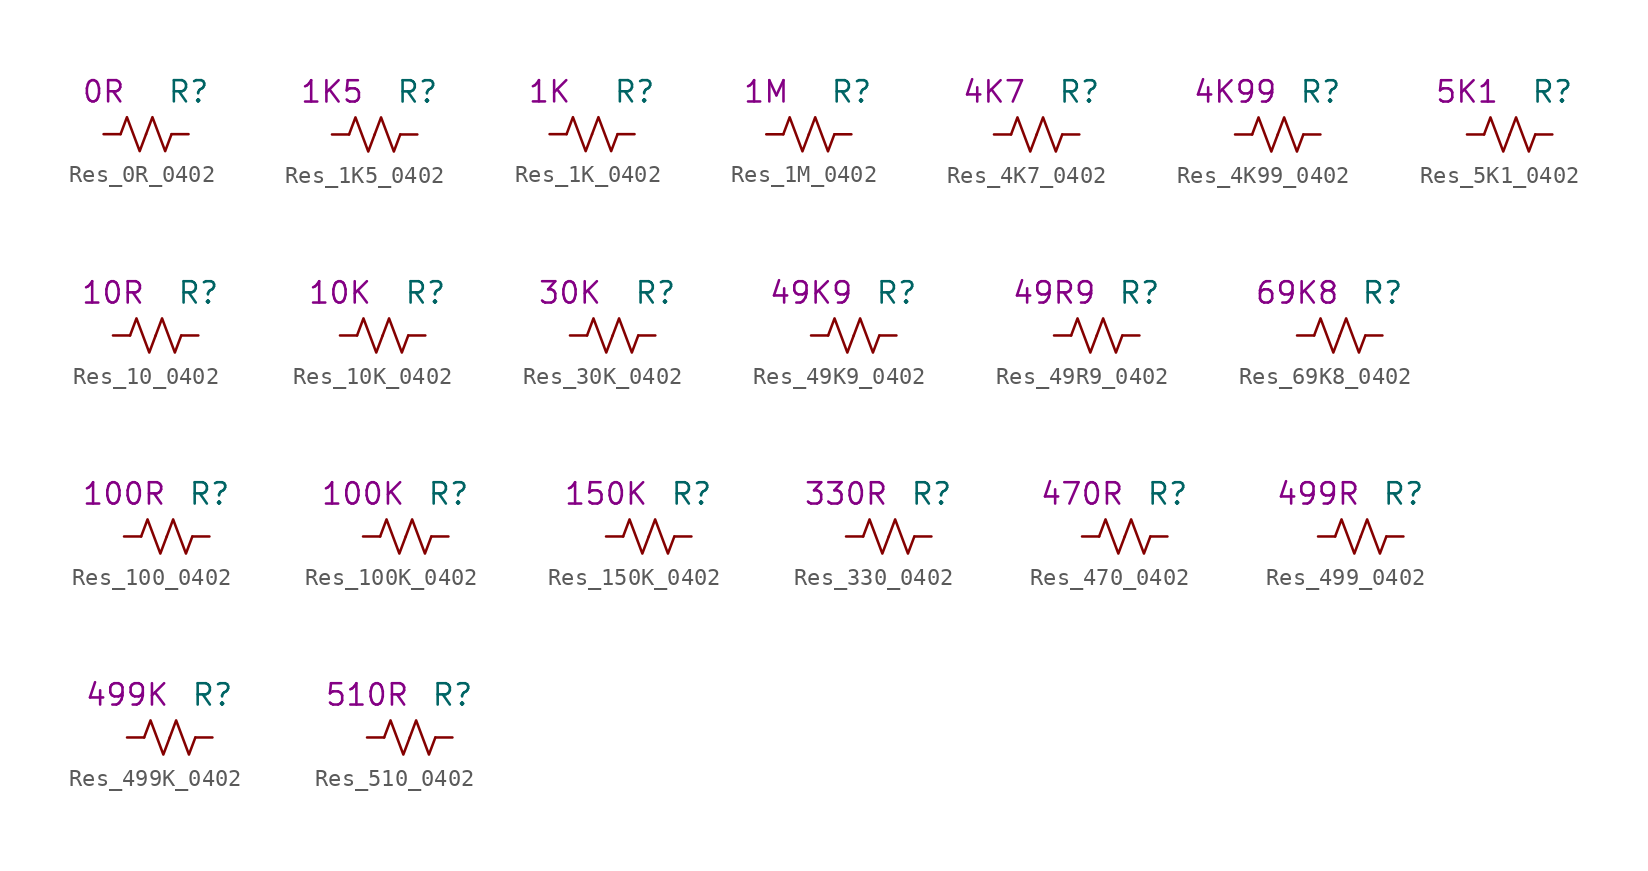
<source format=kicad_sym>
(kicad_symbol_lib
  (version 20211014)
  (generator kicad_symbol_editor)
  (symbol "Res_0R_0402"
    (pin_numbers hide)
    (pin_names
      (offset 0) hide)
    (property "Reference" "R"
      (at 5.08 2.54 0)
      (effects (font (size 1.27 1.27))))
    (property "Property" "0R"
      (at 0 2.54 0)
      (effects (font (size 1.27 1.27))))
    (symbol "Res_0R_0402_1_1"
      (polyline (pts (xy 2.54 0) (xy 2.159 -1.016) (xy 1.778 0) (xy 1.397 1.016) (xy 1.016 0)) (stroke (width 0) (type default) (color 0 0 0 0)) (fill (type none)))
      (polyline (pts (xy 4.064 0) (xy 3.683 -1.016) (xy 3.302 0) (xy 2.921 1.016) (xy 2.54 0)) (stroke (width 0) (type default) (color 0 0 0 0)) (fill (type none)))
      (pin passive line (at 0 0 0) (length 1.016) (name "~" (effects (font (size 1.27 1.27)))) (number "1" (effects (font (size 1.27 1.27)))))
      (pin passive line (at 5.08 0 180) (length 1.016) (name "~" (effects (font (size 1.27 1.27)))) (number "2" (effects (font (size 1.27 1.27)))))))
  (symbol "Res_1K5_0402"
    (pin_numbers hide)
    (pin_names
      (offset 0) hide)
    (property "Reference" "R"
      (at 5.08 2.54 0)
      (effects (font (size 1.27 1.27))))
    (property "Property" "1K5"
      (at 0 2.54 0)
      (effects (font (size 1.27 1.27))))
    (symbol "Res_1K5_0402_1_1"
      (polyline (pts (xy 2.54 0) (xy 2.159 -1.016) (xy 1.778 0) (xy 1.397 1.016) (xy 1.016 0)) (stroke (width 0) (type default) (color 0 0 0 0)) (fill (type none)))
      (polyline (pts (xy 4.064 0) (xy 3.683 -1.016) (xy 3.302 0) (xy 2.921 1.016) (xy 2.54 0)) (stroke (width 0) (type default) (color 0 0 0 0)) (fill (type none)))
      (pin passive line (at 0 0 0) (length 1.016) (name "~" (effects (font (size 1.27 1.27)))) (number "1" (effects (font (size 1.27 1.27)))))
      (pin passive line (at 5.08 0 180) (length 1.016) (name "~" (effects (font (size 1.27 1.27)))) (number "2" (effects (font (size 1.27 1.27)))))))
  (symbol "Res_1K_0402"
    (pin_numbers hide)
    (pin_names
      (offset 0) hide)
    (property "Reference" "R"
      (at 5.08 2.54 0)
      (effects (font (size 1.27 1.27))))
    (property "Property" "1K"
      (at 0 2.54 0)
      (effects (font (size 1.27 1.27))))
    (symbol "Res_1K_0402_1_1"
      (polyline (pts (xy 2.54 0) (xy 2.159 -1.016) (xy 1.778 0) (xy 1.397 1.016) (xy 1.016 0)) (stroke (width 0) (type default) (color 0 0 0 0)) (fill (type none)))
      (polyline (pts (xy 4.064 0) (xy 3.683 -1.016) (xy 3.302 0) (xy 2.921 1.016) (xy 2.54 0)) (stroke (width 0) (type default) (color 0 0 0 0)) (fill (type none)))
      (pin passive line (at 0 0 0) (length 1.016) (name "~" (effects (font (size 1.27 1.27)))) (number "1" (effects (font (size 1.27 1.27)))))
      (pin passive line (at 5.08 0 180) (length 1.016) (name "~" (effects (font (size 1.27 1.27)))) (number "2" (effects (font (size 1.27 1.27)))))))
  (symbol "Res_1M_0402"
    (pin_numbers hide)
    (pin_names
      (offset 0) hide)
    (property "Reference" "R"
      (at 5.08 2.54 0)
      (effects (font (size 1.27 1.27))))
    (property "Property" "1M"
      (at 0 2.54 0)
      (effects (font (size 1.27 1.27))))
    (symbol "Res_1M_0402_1_1"
      (polyline (pts (xy 2.54 0) (xy 2.159 -1.016) (xy 1.778 0) (xy 1.397 1.016) (xy 1.016 0)) (stroke (width 0) (type default) (color 0 0 0 0)) (fill (type none)))
      (polyline (pts (xy 4.064 0) (xy 3.683 -1.016) (xy 3.302 0) (xy 2.921 1.016) (xy 2.54 0)) (stroke (width 0) (type default) (color 0 0 0 0)) (fill (type none)))
      (pin passive line (at 0 0 0) (length 1.016) (name "~" (effects (font (size 1.27 1.27)))) (number "1" (effects (font (size 1.27 1.27)))))
      (pin passive line (at 5.08 0 180) (length 1.016) (name "~" (effects (font (size 1.27 1.27)))) (number "2" (effects (font (size 1.27 1.27)))))))
  (symbol "Res_4K7_0402"
    (pin_numbers hide)
    (pin_names
      (offset 0) hide)
    (property "Reference" "R"
      (at 5.08 2.54 0)
      (effects (font (size 1.27 1.27))))
    (property "Property" "4K7"
      (at 0 2.54 0)
      (effects (font (size 1.27 1.27))))
    (symbol "Res_4K7_0402_1_1"
      (polyline (pts (xy 2.54 0) (xy 2.159 -1.016) (xy 1.778 0) (xy 1.397 1.016) (xy 1.016 0)) (stroke (width 0) (type default) (color 0 0 0 0)) (fill (type none)))
      (polyline (pts (xy 4.064 0) (xy 3.683 -1.016) (xy 3.302 0) (xy 2.921 1.016) (xy 2.54 0)) (stroke (width 0) (type default) (color 0 0 0 0)) (fill (type none)))
      (pin passive line (at 0 0 0) (length 1.016) (name "~" (effects (font (size 1.27 1.27)))) (number "1" (effects (font (size 1.27 1.27)))))
      (pin passive line (at 5.08 0 180) (length 1.016) (name "~" (effects (font (size 1.27 1.27)))) (number "2" (effects (font (size 1.27 1.27)))))))
  (symbol "Res_4K99_0402"
    (pin_numbers hide)
    (pin_names
      (offset 0) hide)
    (property "Reference" "R"
      (at 5.08 2.54 0)
      (effects (font (size 1.27 1.27))))
    (property "Property" "4K99"
      (at 0 2.54 0)
      (effects (font (size 1.27 1.27))))
    (symbol "Res_4K99_0402_1_1"
      (polyline (pts (xy 2.54 0) (xy 2.159 -1.016) (xy 1.778 0) (xy 1.397 1.016) (xy 1.016 0)) (stroke (width 0) (type default) (color 0 0 0 0)) (fill (type none)))
      (polyline (pts (xy 4.064 0) (xy 3.683 -1.016) (xy 3.302 0) (xy 2.921 1.016) (xy 2.54 0)) (stroke (width 0) (type default) (color 0 0 0 0)) (fill (type none)))
      (pin passive line (at 0 0 0) (length 1.016) (name "~" (effects (font (size 1.27 1.27)))) (number "1" (effects (font (size 1.27 1.27)))))
      (pin passive line (at 5.08 0 180) (length 1.016) (name "~" (effects (font (size 1.27 1.27)))) (number "2" (effects (font (size 1.27 1.27)))))))
  (symbol "Res_5K1_0402"
    (pin_numbers hide)
    (pin_names
      (offset 0) hide)
    (property "Reference" "R"
      (at 5.08 2.54 0)
      (effects (font (size 1.27 1.27))))
    (property "Property" "5K1"
      (at 0 2.54 0)
      (effects (font (size 1.27 1.27))))
    (symbol "Res_5K1_0402_1_1"
      (polyline (pts (xy 2.54 0) (xy 2.159 -1.016) (xy 1.778 0) (xy 1.397 1.016) (xy 1.016 0)) (stroke (width 0) (type default) (color 0 0 0 0)) (fill (type none)))
      (polyline (pts (xy 4.064 0) (xy 3.683 -1.016) (xy 3.302 0) (xy 2.921 1.016) (xy 2.54 0)) (stroke (width 0) (type default) (color 0 0 0 0)) (fill (type none)))
      (pin passive line (at 0 0 0) (length 1.016) (name "~" (effects (font (size 1.27 1.27)))) (number "1" (effects (font (size 1.27 1.27)))))
      (pin passive line (at 5.08 0 180) (length 1.016) (name "~" (effects (font (size 1.27 1.27)))) (number "2" (effects (font (size 1.27 1.27)))))))
  (symbol "Res_10_0402"
    (pin_numbers hide)
    (pin_names
      (offset 0) hide)
    (property "Reference" "R"
      (at 5.08 2.54 0)
      (effects (font (size 1.27 1.27))))
    (property "Property" "10R"
      (at 0 2.54 0)
      (effects (font (size 1.27 1.27))))
    (symbol "Res_10_0402_1_1"
      (polyline (pts (xy 2.54 0) (xy 2.159 -1.016) (xy 1.778 0) (xy 1.397 1.016) (xy 1.016 0)) (stroke (width 0) (type default) (color 0 0 0 0)) (fill (type none)))
      (polyline (pts (xy 4.064 0) (xy 3.683 -1.016) (xy 3.302 0) (xy 2.921 1.016) (xy 2.54 0)) (stroke (width 0) (type default) (color 0 0 0 0)) (fill (type none)))
      (pin passive line (at 0 0 0) (length 1.016) (name "~" (effects (font (size 1.27 1.27)))) (number "1" (effects (font (size 1.27 1.27)))))
      (pin passive line (at 5.08 0 180) (length 1.016) (name "~" (effects (font (size 1.27 1.27)))) (number "2" (effects (font (size 1.27 1.27)))))))
  (symbol "Res_10K_0402"
    (pin_numbers hide)
    (pin_names
      (offset 0) hide)
    (property "Reference" "R"
      (at 5.08 2.54 0)
      (effects (font (size 1.27 1.27))))
    (property "Property" "10K"
      (at 0 2.54 0)
      (effects (font (size 1.27 1.27))))
    (symbol "Res_10K_0402_1_1"
      (polyline (pts (xy 2.54 0) (xy 2.159 -1.016) (xy 1.778 0) (xy 1.397 1.016) (xy 1.016 0)) (stroke (width 0) (type default) (color 0 0 0 0)) (fill (type none)))
      (polyline (pts (xy 4.064 0) (xy 3.683 -1.016) (xy 3.302 0) (xy 2.921 1.016) (xy 2.54 0)) (stroke (width 0) (type default) (color 0 0 0 0)) (fill (type none)))
      (pin passive line (at 0 0 0) (length 1.016) (name "~" (effects (font (size 1.27 1.27)))) (number "1" (effects (font (size 1.27 1.27)))))
      (pin passive line (at 5.08 0 180) (length 1.016) (name "~" (effects (font (size 1.27 1.27)))) (number "2" (effects (font (size 1.27 1.27)))))))
  (symbol "Res_30K_0402"
    (pin_numbers hide)
    (pin_names
      (offset 0) hide)
    (property "Reference" "R"
      (at 5.08 2.54 0)
      (effects (font (size 1.27 1.27))))
    (property "Property" "30K"
      (at 0 2.54 0)
      (effects (font (size 1.27 1.27))))
    (symbol "Res_30K_0402_1_1"
      (polyline (pts (xy 2.54 0) (xy 2.159 -1.016) (xy 1.778 0) (xy 1.397 1.016) (xy 1.016 0)) (stroke (width 0) (type default) (color 0 0 0 0)) (fill (type none)))
      (polyline (pts (xy 4.064 0) (xy 3.683 -1.016) (xy 3.302 0) (xy 2.921 1.016) (xy 2.54 0)) (stroke (width 0) (type default) (color 0 0 0 0)) (fill (type none)))
      (pin passive line (at 0 0 0) (length 1.016) (name "~" (effects (font (size 1.27 1.27)))) (number "1" (effects (font (size 1.27 1.27)))))
      (pin passive line (at 5.08 0 180) (length 1.016) (name "~" (effects (font (size 1.27 1.27)))) (number "2" (effects (font (size 1.27 1.27)))))))
  (symbol "Res_49K9_0402"
    (pin_numbers hide)
    (pin_names
      (offset 0) hide)
    (property "Reference" "R"
      (at 5.08 2.54 0)
      (effects (font (size 1.27 1.27))))
    (property "Property" "49K9"
      (at 0 2.54 0)
      (effects (font (size 1.27 1.27))))
    (symbol "Res_49K9_0402_1_1"
      (polyline (pts (xy 2.54 0) (xy 2.159 -1.016) (xy 1.778 0) (xy 1.397 1.016) (xy 1.016 0)) (stroke (width 0) (type default) (color 0 0 0 0)) (fill (type none)))
      (polyline (pts (xy 4.064 0) (xy 3.683 -1.016) (xy 3.302 0) (xy 2.921 1.016) (xy 2.54 0)) (stroke (width 0) (type default) (color 0 0 0 0)) (fill (type none)))
      (pin passive line (at 0 0 0) (length 1.016) (name "~" (effects (font (size 1.27 1.27)))) (number "1" (effects (font (size 1.27 1.27)))))
      (pin passive line (at 5.08 0 180) (length 1.016) (name "~" (effects (font (size 1.27 1.27)))) (number "2" (effects (font (size 1.27 1.27)))))))
  (symbol "Res_49R9_0402"
    (pin_numbers hide)
    (pin_names
      (offset 0) hide)
    (property "Reference" "R"
      (at 5.08 2.54 0)
      (effects (font (size 1.27 1.27))))
    (property "Property" "49R9"
      (at 0 2.54 0)
      (effects (font (size 1.27 1.27))))
    (symbol "Res_49R9_0402_1_1"
      (polyline (pts (xy 2.54 0) (xy 2.159 -1.016) (xy 1.778 0) (xy 1.397 1.016) (xy 1.016 0)) (stroke (width 0) (type default) (color 0 0 0 0)) (fill (type none)))
      (polyline (pts (xy 4.064 0) (xy 3.683 -1.016) (xy 3.302 0) (xy 2.921 1.016) (xy 2.54 0)) (stroke (width 0) (type default) (color 0 0 0 0)) (fill (type none)))
      (pin passive line (at 0 0 0) (length 1.016) (name "~" (effects (font (size 1.27 1.27)))) (number "1" (effects (font (size 1.27 1.27)))))
      (pin passive line (at 5.08 0 180) (length 1.016) (name "~" (effects (font (size 1.27 1.27)))) (number "2" (effects (font (size 1.27 1.27)))))))
  (symbol "Res_69K8_0402"
    (pin_numbers hide)
    (pin_names
      (offset 0) hide)
    (property "Reference" "R"
      (at 5.08 2.54 0)
      (effects (font (size 1.27 1.27))))
    (property "Property" "69K8"
      (at 0 2.54 0)
      (effects (font (size 1.27 1.27))))
    (symbol "Res_69K8_0402_1_1"
      (polyline (pts (xy 2.54 0) (xy 2.159 -1.016) (xy 1.778 0) (xy 1.397 1.016) (xy 1.016 0)) (stroke (width 0) (type default) (color 0 0 0 0)) (fill (type none)))
      (polyline (pts (xy 4.064 0) (xy 3.683 -1.016) (xy 3.302 0) (xy 2.921 1.016) (xy 2.54 0)) (stroke (width 0) (type default) (color 0 0 0 0)) (fill (type none)))
      (pin passive line (at 0 0 0) (length 1.016) (name "~" (effects (font (size 1.27 1.27)))) (number "1" (effects (font (size 1.27 1.27)))))
      (pin passive line (at 5.08 0 180) (length 1.016) (name "~" (effects (font (size 1.27 1.27)))) (number "2" (effects (font (size 1.27 1.27)))))))
  (symbol "Res_100_0402"
    (pin_numbers hide)
    (pin_names
      (offset 0) hide)
    (property "Reference" "R"
      (at 5.08 2.54 0)
      (effects (font (size 1.27 1.27))))
    (property "Property" "100R"
      (at 0 2.54 0)
      (effects (font (size 1.27 1.27))))
    (symbol "Res_100_0402_1_1"
      (polyline (pts (xy 2.54 0) (xy 2.159 -1.016) (xy 1.778 0) (xy 1.397 1.016) (xy 1.016 0)) (stroke (width 0) (type default) (color 0 0 0 0)) (fill (type none)))
      (polyline (pts (xy 4.064 0) (xy 3.683 -1.016) (xy 3.302 0) (xy 2.921 1.016) (xy 2.54 0)) (stroke (width 0) (type default) (color 0 0 0 0)) (fill (type none)))
      (pin passive line (at 0 0 0) (length 1.016) (name "~" (effects (font (size 1.27 1.27)))) (number "1" (effects (font (size 1.27 1.27)))))
      (pin passive line (at 5.08 0 180) (length 1.016) (name "~" (effects (font (size 1.27 1.27)))) (number "2" (effects (font (size 1.27 1.27)))))))
  (symbol "Res_100K_0402"
    (pin_numbers hide)
    (pin_names
      (offset 0) hide)
    (property "Reference" "R"
      (at 5.08 2.54 0)
      (effects (font (size 1.27 1.27))))
    (property "Property" "100K"
      (at 0 2.54 0)
      (effects (font (size 1.27 1.27))))
    (symbol "Res_100K_0402_1_1"
      (polyline (pts (xy 2.54 0) (xy 2.159 -1.016) (xy 1.778 0) (xy 1.397 1.016) (xy 1.016 0)) (stroke (width 0) (type default) (color 0 0 0 0)) (fill (type none)))
      (polyline (pts (xy 4.064 0) (xy 3.683 -1.016) (xy 3.302 0) (xy 2.921 1.016) (xy 2.54 0)) (stroke (width 0) (type default) (color 0 0 0 0)) (fill (type none)))
      (pin passive line (at 0 0 0) (length 1.016) (name "~" (effects (font (size 1.27 1.27)))) (number "1" (effects (font (size 1.27 1.27)))))
      (pin passive line (at 5.08 0 180) (length 1.016) (name "~" (effects (font (size 1.27 1.27)))) (number "2" (effects (font (size 1.27 1.27)))))))
  (symbol "Res_150K_0402"
    (pin_numbers hide)
    (pin_names
      (offset 0) hide)
    (property "Reference" "R"
      (at 5.08 2.54 0)
      (effects (font (size 1.27 1.27))))
    (property "Property" "150K"
      (at 0 2.54 0)
      (effects (font (size 1.27 1.27))))
    (symbol "Res_150K_0402_1_1"
      (polyline (pts (xy 2.54 0) (xy 2.159 -1.016) (xy 1.778 0) (xy 1.397 1.016) (xy 1.016 0)) (stroke (width 0) (type default) (color 0 0 0 0)) (fill (type none)))
      (polyline (pts (xy 4.064 0) (xy 3.683 -1.016) (xy 3.302 0) (xy 2.921 1.016) (xy 2.54 0)) (stroke (width 0) (type default) (color 0 0 0 0)) (fill (type none)))
      (pin passive line (at 0 0 0) (length 1.016) (name "~" (effects (font (size 1.27 1.27)))) (number "1" (effects (font (size 1.27 1.27)))))
      (pin passive line (at 5.08 0 180) (length 1.016) (name "~" (effects (font (size 1.27 1.27)))) (number "2" (effects (font (size 1.27 1.27)))))))
  (symbol "Res_330_0402"
    (pin_numbers hide)
    (pin_names
      (offset 0) hide)
    (property "Reference" "R"
      (at 5.08 2.54 0)
      (effects (font (size 1.27 1.27))))
    (property "Property" "330R"
      (at 0 2.54 0)
      (effects (font (size 1.27 1.27))))
    (symbol "Res_330_0402_1_1"
      (polyline (pts (xy 2.54 0) (xy 2.159 -1.016) (xy 1.778 0) (xy 1.397 1.016) (xy 1.016 0)) (stroke (width 0) (type default) (color 0 0 0 0)) (fill (type none)))
      (polyline (pts (xy 4.064 0) (xy 3.683 -1.016) (xy 3.302 0) (xy 2.921 1.016) (xy 2.54 0)) (stroke (width 0) (type default) (color 0 0 0 0)) (fill (type none)))
      (pin passive line (at 0 0 0) (length 1.016) (name "~" (effects (font (size 1.27 1.27)))) (number "1" (effects (font (size 1.27 1.27)))))
      (pin passive line (at 5.08 0 180) (length 1.016) (name "~" (effects (font (size 1.27 1.27)))) (number "2" (effects (font (size 1.27 1.27)))))))
  (symbol "Res_470_0402"
    (pin_numbers hide)
    (pin_names
      (offset 0) hide)
    (property "Reference" "R"
      (at 5.08 2.54 0)
      (effects (font (size 1.27 1.27))))
    (property "Property" "470R"
      (at 0 2.54 0)
      (effects (font (size 1.27 1.27))))
    (symbol "Res_470_0402_1_1"
      (polyline (pts (xy 2.54 0) (xy 2.159 -1.016) (xy 1.778 0) (xy 1.397 1.016) (xy 1.016 0)) (stroke (width 0) (type default) (color 0 0 0 0)) (fill (type none)))
      (polyline (pts (xy 4.064 0) (xy 3.683 -1.016) (xy 3.302 0) (xy 2.921 1.016) (xy 2.54 0)) (stroke (width 0) (type default) (color 0 0 0 0)) (fill (type none)))
      (pin passive line (at 0 0 0) (length 1.016) (name "~" (effects (font (size 1.27 1.27)))) (number "1" (effects (font (size 1.27 1.27)))))
      (pin passive line (at 5.08 0 180) (length 1.016) (name "~" (effects (font (size 1.27 1.27)))) (number "2" (effects (font (size 1.27 1.27)))))))
  (symbol "Res_499_0402"
    (pin_numbers hide)
    (pin_names
      (offset 0) hide)
    (property "Reference" "R"
      (at 5.08 2.54 0)
      (effects (font (size 1.27 1.27))))
    (property "Property" "499R"
      (at 0 2.54 0)
      (effects (font (size 1.27 1.27))))
    (symbol "Res_499_0402_1_1"
      (polyline (pts (xy 2.54 0) (xy 2.159 -1.016) (xy 1.778 0) (xy 1.397 1.016) (xy 1.016 0)) (stroke (width 0) (type default) (color 0 0 0 0)) (fill (type none)))
      (polyline (pts (xy 4.064 0) (xy 3.683 -1.016) (xy 3.302 0) (xy 2.921 1.016) (xy 2.54 0)) (stroke (width 0) (type default) (color 0 0 0 0)) (fill (type none)))
      (pin passive line (at 0 0 0) (length 1.016) (name "~" (effects (font (size 1.27 1.27)))) (number "1" (effects (font (size 1.27 1.27)))))
      (pin passive line (at 5.08 0 180) (length 1.016) (name "~" (effects (font (size 1.27 1.27)))) (number "2" (effects (font (size 1.27 1.27)))))))
  (symbol "Res_499K_0402"
    (pin_numbers hide)
    (pin_names
      (offset 0) hide)
    (property "Reference" "R"
      (at 5.08 2.54 0)
      (effects (font (size 1.27 1.27))))
    (property "Property" "499K"
      (at 0 2.54 0)
      (effects (font (size 1.27 1.27))))
    (symbol "Res_499K_0402_1_1"
      (polyline (pts (xy 2.54 0) (xy 2.159 -1.016) (xy 1.778 0) (xy 1.397 1.016) (xy 1.016 0)) (stroke (width 0) (type default) (color 0 0 0 0)) (fill (type none)))
      (polyline (pts (xy 4.064 0) (xy 3.683 -1.016) (xy 3.302 0) (xy 2.921 1.016) (xy 2.54 0)) (stroke (width 0) (type default) (color 0 0 0 0)) (fill (type none)))
      (pin passive line (at 0 0 0) (length 1.016) (name "~" (effects (font (size 1.27 1.27)))) (number "1" (effects (font (size 1.27 1.27)))))
      (pin passive line (at 5.08 0 180) (length 1.016) (name "~" (effects (font (size 1.27 1.27)))) (number "2" (effects (font (size 1.27 1.27)))))))
  (symbol "Res_510_0402"
    (pin_numbers hide)
    (pin_names
      (offset 0) hide)
    (property "Reference" "R"
      (at 5.08 2.54 0)
      (effects (font (size 1.27 1.27))))
    (property "Property" "510R"
      (at 0 2.54 0)
      (effects (font (size 1.27 1.27))))
    (symbol "Res_510_0402_1_1"
      (polyline (pts (xy 2.54 0) (xy 2.159 -1.016) (xy 1.778 0) (xy 1.397 1.016) (xy 1.016 0)) (stroke (width 0) (type default) (color 0 0 0 0)) (fill (type none)))
      (polyline (pts (xy 4.064 0) (xy 3.683 -1.016) (xy 3.302 0) (xy 2.921 1.016) (xy 2.54 0)) (stroke (width 0) (type default) (color 0 0 0 0)) (fill (type none)))
      (pin passive line (at 0 0 0) (length 1.016) (name "~" (effects (font (size 1.27 1.27)))) (number "1" (effects (font (size 1.27 1.27)))))
      (pin passive line (at 5.08 0 180) (length 1.016) (name "~" (effects (font (size 1.27 1.27)))) (number "2" (effects (font (size 1.27 1.27))))))))
</source>
